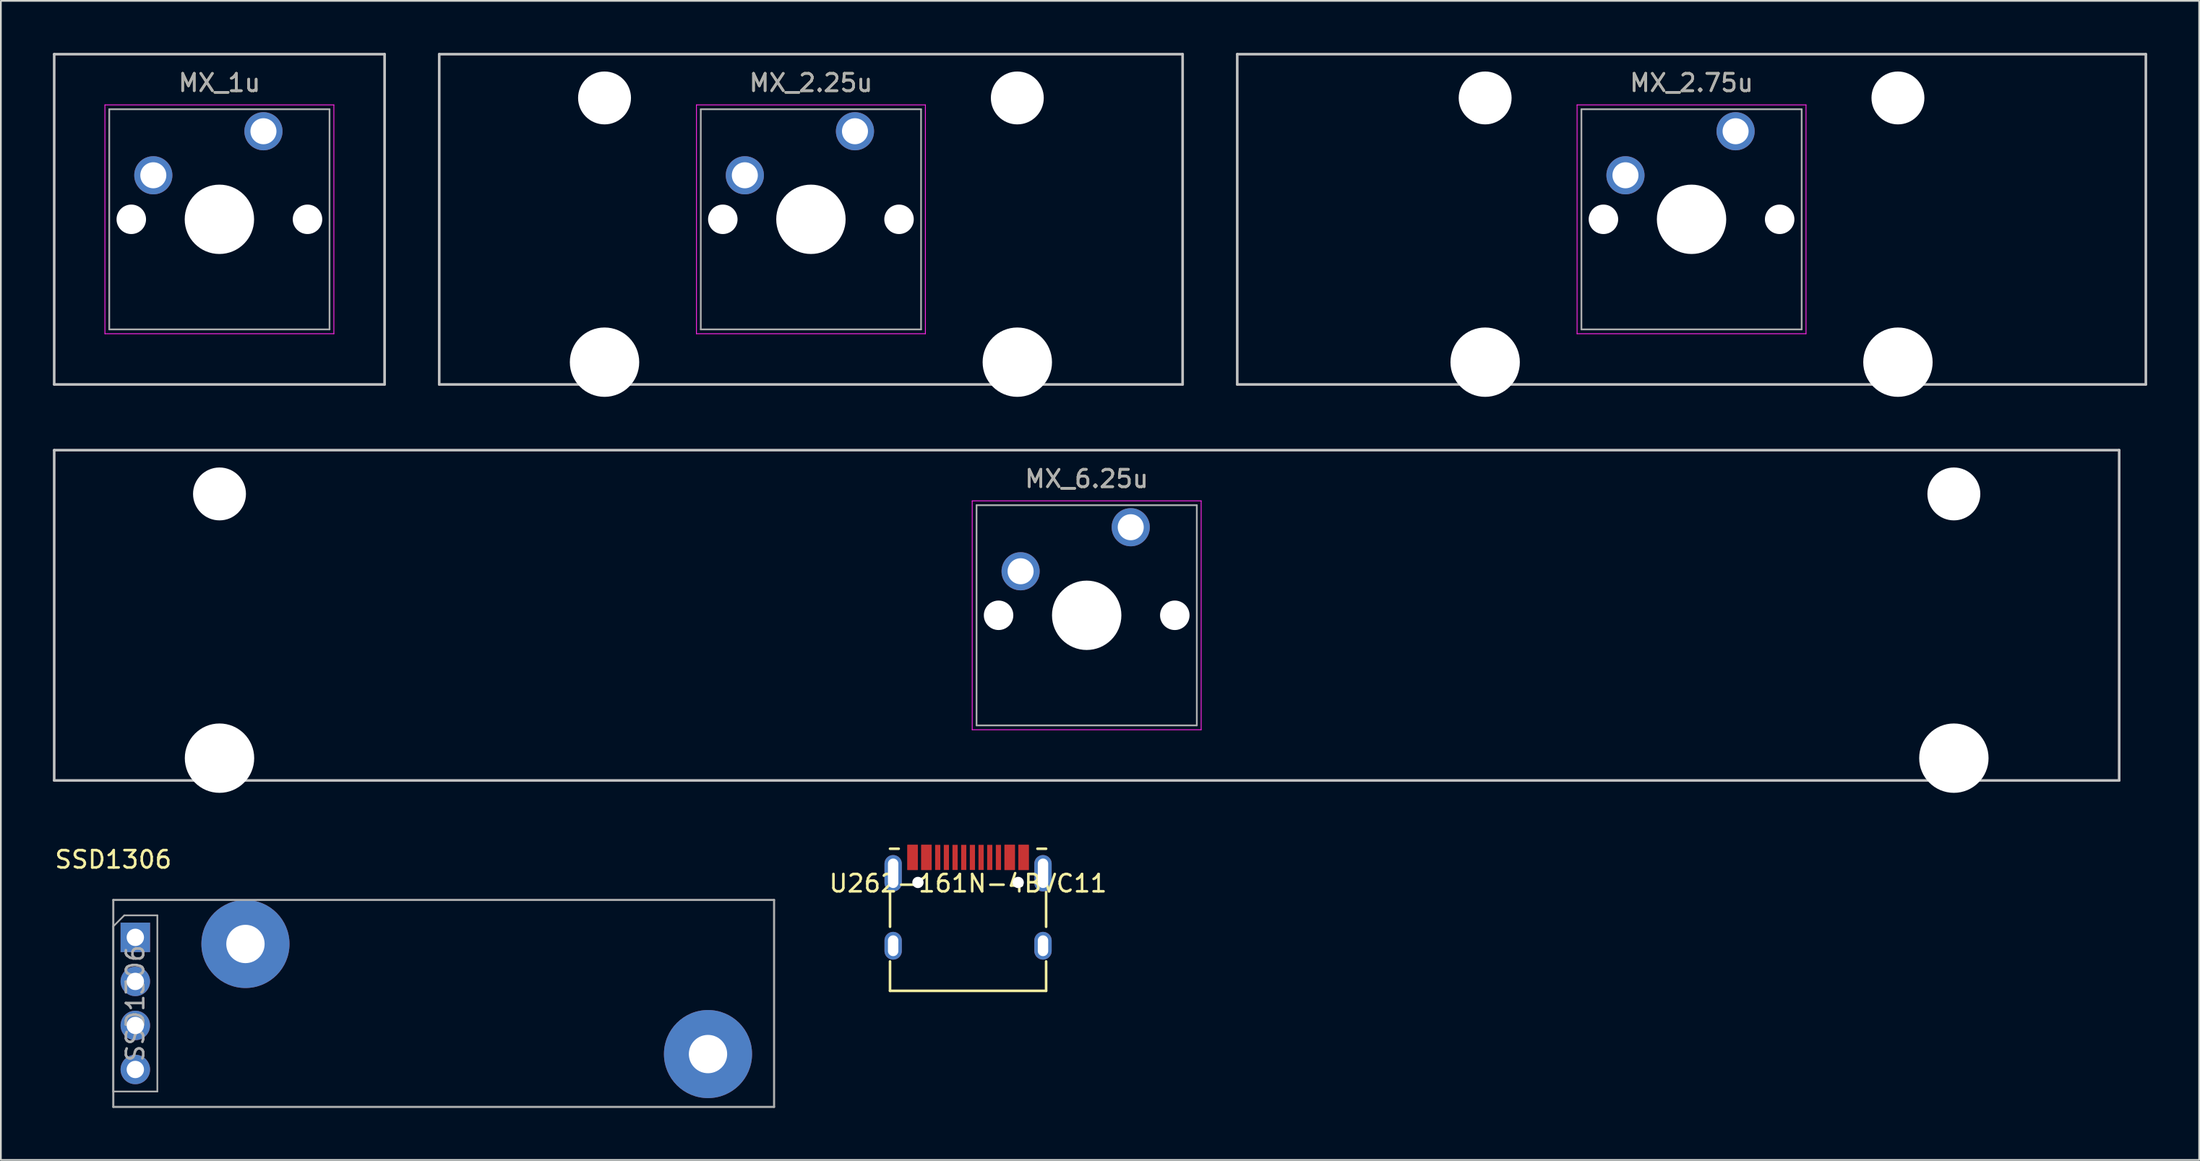
<source format=kicad_pcb>
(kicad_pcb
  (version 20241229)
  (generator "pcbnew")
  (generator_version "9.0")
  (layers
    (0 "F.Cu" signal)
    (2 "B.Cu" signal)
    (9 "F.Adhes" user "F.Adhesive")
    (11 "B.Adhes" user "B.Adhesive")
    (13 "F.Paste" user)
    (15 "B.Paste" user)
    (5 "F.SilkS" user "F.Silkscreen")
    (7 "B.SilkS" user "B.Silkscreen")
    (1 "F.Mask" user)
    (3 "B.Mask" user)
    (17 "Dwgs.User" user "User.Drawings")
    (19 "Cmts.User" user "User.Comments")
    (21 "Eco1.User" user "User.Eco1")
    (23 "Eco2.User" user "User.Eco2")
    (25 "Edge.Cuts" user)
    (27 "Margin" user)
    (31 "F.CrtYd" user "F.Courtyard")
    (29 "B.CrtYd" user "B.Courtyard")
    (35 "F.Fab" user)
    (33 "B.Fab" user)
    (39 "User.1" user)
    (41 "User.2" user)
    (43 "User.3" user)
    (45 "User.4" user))
  (footprint "MX_1u"
    (layer "F.Cu")
    (at 9.6 9.6)
    (property "Reference" "MX_1u" (at 0 -7.874 0) (layer "F.SilkS") (effects (font (size 1 1) (thickness 0.15))))
    (attr through_hole)
    (fp_line (start -9.525 -9.525) (end 9.525 -9.525) (stroke (width 0.15) (type solid)) (layer "Dwgs.User"))
    (fp_line (start -9.525 9.525) (end -9.525 -9.525) (stroke (width 0.15) (type solid)) (layer "Dwgs.User"))
    (fp_line (start 9.525 -9.525) (end 9.525 9.525) (stroke (width 0.15) (type solid)) (layer "Dwgs.User"))
    (fp_line (start 9.525 9.525) (end -9.525 9.525) (stroke (width 0.15) (type solid)) (layer "Dwgs.User"))
    (fp_line (start -6.6 -6.6) (end 6.6 -6.6) (stroke (width 0.05) (type solid)) (layer "F.CrtYd"))
    (fp_line (start -6.6 6.6) (end -6.6 -6.6) (stroke (width 0.05) (type solid)) (layer "F.CrtYd"))
    (fp_line (start 6.6 -6.6) (end 6.6 6.6) (stroke (width 0.05) (type solid)) (layer "F.CrtYd"))
    (fp_line (start 6.6 6.6) (end -6.6 6.6) (stroke (width 0.05) (type solid)) (layer "F.CrtYd"))
    (fp_line (start -6.35 -6.35) (end 6.35 -6.35) (stroke (width 0.1) (type solid)) (layer "F.Fab"))
    (fp_line (start -6.35 6.35) (end -6.35 -6.35) (stroke (width 0.1) (type solid)) (layer "F.Fab"))
    (fp_line (start 6.35 -6.35) (end 6.35 6.35) (stroke (width 0.1) (type solid)) (layer "F.Fab"))
    (fp_line (start 6.35 6.35) (end -6.35 6.35) (stroke (width 0.1) (type solid)) (layer "F.Fab"))
    (fp_text user "${REFERENCE}" (at 0 -7.874 0) (layer "F.Fab") (effects (font (size 1 1) (thickness 0.15))))
    (pad "" np_thru_hole circle (at -5.08 0) (size 1.7 1.7) (drill 1.7) (layers "*.Cu" "*.Mask"))
    (pad "" np_thru_hole circle (at 0 0) (size 4 4) (drill 4) (layers "*.Cu" "*.Mask"))
    (pad "" np_thru_hole circle (at 5.08 0) (size 1.7 1.7) (drill 1.7) (layers "*.Cu" "*.Mask"))
    (pad "1" thru_hole circle (at 2.54 -5.08) (size 2.2 2.2) (drill 1.5) (layers "*.Cu" "*.Mask"))
    (pad "2" thru_hole circle (at -3.81 -2.54) (size 2.2 2.2) (drill 1.5) (layers "*.Cu" "*.Mask")))
  (footprint "MX_6.25u"
    (layer "F.Cu")
    (at 59.606 32.44)
    (property "Reference" "MX_6.25u" (at 0 -7.874 0) (layer "F.SilkS") (effects (font (size 1 1) (thickness 0.15))))
    (attr through_hole)
    (fp_line (start -59.531 -9.525) (end 59.531 -9.525) (stroke (width 0.15) (type solid)) (layer "Dwgs.User"))
    (fp_line (start -59.531 9.525) (end -59.531 -9.525) (stroke (width 0.15) (type solid)) (layer "Dwgs.User"))
    (fp_line (start 59.531 -9.525) (end 59.531 9.525) (stroke (width 0.15) (type solid)) (layer "Dwgs.User"))
    (fp_line (start 59.531 9.525) (end -59.531 9.525) (stroke (width 0.15) (type solid)) (layer "Dwgs.User"))
    (fp_line (start -6.6 -6.6) (end 6.6 -6.6) (stroke (width 0.05) (type solid)) (layer "F.CrtYd"))
    (fp_line (start -6.6 6.6) (end -6.6 -6.6) (stroke (width 0.05) (type solid)) (layer "F.CrtYd"))
    (fp_line (start 6.6 -6.6) (end 6.6 6.6) (stroke (width 0.05) (type solid)) (layer "F.CrtYd"))
    (fp_line (start 6.6 6.6) (end -6.6 6.6) (stroke (width 0.05) (type solid)) (layer "F.CrtYd"))
    (fp_line (start -6.35 -6.35) (end 6.35 -6.35) (stroke (width 0.1) (type solid)) (layer "F.Fab"))
    (fp_line (start -6.35 6.35) (end -6.35 -6.35) (stroke (width 0.1) (type solid)) (layer "F.Fab"))
    (fp_line (start 6.35 -6.35) (end 6.35 6.35) (stroke (width 0.1) (type solid)) (layer "F.Fab"))
    (fp_line (start 6.35 6.35) (end -6.35 6.35) (stroke (width 0.1) (type solid)) (layer "F.Fab"))
    (fp_text user "${REFERENCE}" (at 0 -7.874 0) (layer "F.Fab") (effects (font (size 1 1) (thickness 0.15))))
    (pad "" np_thru_hole circle (at -50 -7) (size 3.05 3.05) (drill 3.05) (layers "*.Cu" "*.Mask"))
    (pad "" np_thru_hole circle (at -50 8.24) (size 4 4) (drill 4) (layers "*.Cu" "*.Mask"))
    (pad "" np_thru_hole circle (at -5.08 0) (size 1.7 1.7) (drill 1.7) (layers "*.Cu" "*.Mask"))
    (pad "" np_thru_hole circle (at 0 0) (size 4 4) (drill 4) (layers "*.Cu" "*.Mask"))
    (pad "" np_thru_hole circle (at 5.08 0) (size 1.7 1.7) (drill 1.7) (layers "*.Cu" "*.Mask"))
    (pad "" np_thru_hole circle (at 50 -7) (size 3.05 3.05) (drill 3.05) (layers "*.Cu" "*.Mask"))
    (pad "" np_thru_hole circle (at 50 8.24) (size 4 4) (drill 4) (layers "*.Cu" "*.Mask"))
    (pad "1" thru_hole circle (at 2.54 -5.08) (size 2.2 2.2) (drill 1.5) (layers "*.Cu" "*.Mask"))
    (pad "2" thru_hole circle (at -3.81 -2.54) (size 2.2 2.2) (drill 1.5) (layers "*.Cu" "*.Mask")))
  (footprint "MX_2.75u"
    (layer "F.Cu")
    (at 94.481 9.6)
    (property "Reference" "MX_2.75u" (at 0 -7.874 0) (layer "F.SilkS") (effects (font (size 1 1) (thickness 0.15))))
    (attr through_hole)
    (fp_line (start -26.194 -9.525) (end 26.194 -9.525) (stroke (width 0.15) (type solid)) (layer "Dwgs.User"))
    (fp_line (start -26.194 9.525) (end -26.194 -9.525) (stroke (width 0.15) (type solid)) (layer "Dwgs.User"))
    (fp_line (start 26.194 -9.525) (end 26.194 9.525) (stroke (width 0.15) (type solid)) (layer "Dwgs.User"))
    (fp_line (start 26.194 9.525) (end -26.194 9.525) (stroke (width 0.15) (type solid)) (layer "Dwgs.User"))
    (fp_line (start -6.6 -6.6) (end 6.6 -6.6) (stroke (width 0.05) (type solid)) (layer "F.CrtYd"))
    (fp_line (start -6.6 6.6) (end -6.6 -6.6) (stroke (width 0.05) (type solid)) (layer "F.CrtYd"))
    (fp_line (start 6.6 -6.6) (end 6.6 6.6) (stroke (width 0.05) (type solid)) (layer "F.CrtYd"))
    (fp_line (start 6.6 6.6) (end -6.6 6.6) (stroke (width 0.05) (type solid)) (layer "F.CrtYd"))
    (fp_line (start -6.35 -6.35) (end 6.35 -6.35) (stroke (width 0.1) (type solid)) (layer "F.Fab"))
    (fp_line (start -6.35 6.35) (end -6.35 -6.35) (stroke (width 0.1) (type solid)) (layer "F.Fab"))
    (fp_line (start 6.35 -6.35) (end 6.35 6.35) (stroke (width 0.1) (type solid)) (layer "F.Fab"))
    (fp_line (start 6.35 6.35) (end -6.35 6.35) (stroke (width 0.1) (type solid)) (layer "F.Fab"))
    (fp_text user "${REFERENCE}" (at 0 -7.874 0) (layer "F.Fab") (effects (font (size 1 1) (thickness 0.15))))
    (pad "" np_thru_hole circle (at -11.9 -7) (size 3.05 3.05) (drill 3.05) (layers "*.Cu" "*.Mask"))
    (pad "" np_thru_hole circle (at -11.9 8.24) (size 4 4) (drill 4) (layers "*.Cu" "*.Mask"))
    (pad "" np_thru_hole circle (at -5.08 0) (size 1.7 1.7) (drill 1.7) (layers "*.Cu" "*.Mask"))
    (pad "" np_thru_hole circle (at 0 0) (size 4 4) (drill 4) (layers "*.Cu" "*.Mask"))
    (pad "" np_thru_hole circle (at 5.08 0) (size 1.7 1.7) (drill 1.7) (layers "*.Cu" "*.Mask"))
    (pad "" np_thru_hole circle (at 11.9 -7) (size 3.05 3.05) (drill 3.05) (layers "*.Cu" "*.Mask"))
    (pad "" np_thru_hole circle (at 11.9 8.24) (size 4 4) (drill 4) (layers "*.Cu" "*.Mask"))
    (pad "1" thru_hole circle (at 2.54 -5.08) (size 2.2 2.2) (drill 1.5) (layers "*.Cu" "*.Mask"))
    (pad "2" thru_hole circle (at -3.81 -2.54) (size 2.2 2.2) (drill 1.5) (layers "*.Cu" "*.Mask")))
  (footprint "MX_2.25u"
    (layer "F.Cu")
    (at 43.706 9.6)
    (property "Reference" "MX_2.25u" (at 0 -7.874 0) (layer "F.SilkS") (effects (font (size 1 1) (thickness 0.15))))
    (attr through_hole)
    (fp_line (start -21.431 -9.525) (end 21.431 -9.525) (stroke (width 0.15) (type solid)) (layer "Dwgs.User"))
    (fp_line (start -21.431 9.525) (end -21.431 -9.525) (stroke (width 0.15) (type solid)) (layer "Dwgs.User"))
    (fp_line (start 21.431 -9.525) (end 21.431 9.525) (stroke (width 0.15) (type solid)) (layer "Dwgs.User"))
    (fp_line (start 21.431 9.525) (end -21.431 9.525) (stroke (width 0.15) (type solid)) (layer "Dwgs.User"))
    (fp_line (start -6.6 -6.6) (end 6.6 -6.6) (stroke (width 0.05) (type solid)) (layer "F.CrtYd"))
    (fp_line (start -6.6 6.6) (end -6.6 -6.6) (stroke (width 0.05) (type solid)) (layer "F.CrtYd"))
    (fp_line (start 6.6 -6.6) (end 6.6 6.6) (stroke (width 0.05) (type solid)) (layer "F.CrtYd"))
    (fp_line (start 6.6 6.6) (end -6.6 6.6) (stroke (width 0.05) (type solid)) (layer "F.CrtYd"))
    (fp_line (start -6.35 -6.35) (end 6.35 -6.35) (stroke (width 0.1) (type solid)) (layer "F.Fab"))
    (fp_line (start -6.35 6.35) (end -6.35 -6.35) (stroke (width 0.1) (type solid)) (layer "F.Fab"))
    (fp_line (start 6.35 -6.35) (end 6.35 6.35) (stroke (width 0.1) (type solid)) (layer "F.Fab"))
    (fp_line (start 6.35 6.35) (end -6.35 6.35) (stroke (width 0.1) (type solid)) (layer "F.Fab"))
    (fp_text user "${REFERENCE}" (at 0 -7.874 0) (layer "F.Fab") (effects (font (size 1 1) (thickness 0.15))))
    (pad "" np_thru_hole circle (at -11.9 -7) (size 3.05 3.05) (drill 3.05) (layers "*.Cu" "*.Mask"))
    (pad "" np_thru_hole circle (at -11.9 8.24) (size 4 4) (drill 4) (layers "*.Cu" "*.Mask"))
    (pad "" np_thru_hole circle (at -5.08 0) (size 1.7 1.7) (drill 1.7) (layers "*.Cu" "*.Mask"))
    (pad "" np_thru_hole circle (at 0 0) (size 4 4) (drill 4) (layers "*.Cu" "*.Mask"))
    (pad "" np_thru_hole circle (at 5.08 0) (size 1.7 1.7) (drill 1.7) (layers "*.Cu" "*.Mask"))
    (pad "" np_thru_hole circle (at 11.9 -7) (size 3.05 3.05) (drill 3.05) (layers "*.Cu" "*.Mask"))
    (pad "" np_thru_hole circle (at 11.9 8.24) (size 4 4) (drill 4) (layers "*.Cu" "*.Mask"))
    (pad "1" thru_hole circle (at 2.54 -5.08) (size 2.2 2.2) (drill 1.5) (layers "*.Cu" "*.Mask"))
    (pad "2" thru_hole circle (at -3.81 -2.54) (size 2.2 2.2) (drill 1.5) (layers "*.Cu" "*.Mask")))
  (footprint "SSD1306"
    (layer "F.Cu")
    (at 3.482 48.858)
    (property "Reference" "SSD1306" (at 0 -2.33 0) (layer "F.SilkS") (effects (font (size 1 1) (thickness 0.15))))
    (attr through_hole)
    (fp_line (start 0 0) (end 0 11.938) (stroke (width 0.12) (type solid)) (layer "F.Fab"))
    (fp_line (start 0 0) (end 38.1 0) (stroke (width 0.12) (type solid)) (layer "F.Fab"))
    (fp_line (start 0 1.524) (end 0.635 0.889) (stroke (width 0.1) (type solid)) (layer "F.Fab"))
    (fp_line (start 0 11.049) (end 0 1.524) (stroke (width 0.1) (type solid)) (layer "F.Fab"))
    (fp_line (start 0 11.938) (end 38.1 11.938) (stroke (width 0.12) (type solid)) (layer "F.Fab"))
    (fp_line (start 0.635 0.889) (end 2.54 0.889) (stroke (width 0.1) (type solid)) (layer "F.Fab"))
    (fp_line (start 2.54 0.889) (end 2.54 11.049) (stroke (width 0.1) (type solid)) (layer "F.Fab"))
    (fp_line (start 2.54 11.049) (end 0 11.049) (stroke (width 0.1) (type solid)) (layer "F.Fab"))
    (fp_line (start 38.1 0) (end 38.1 11.938) (stroke (width 0.12) (type solid)) (layer "F.Fab"))
    (fp_text user "${REFERENCE}" (at 1.27 5.969 90) (layer "F.Fab") (effects (font (size 1 1) (thickness 0.15))))
    (pad "1" thru_hole rect (at 1.27 2.159) (size 1.7 1.7) (drill 1) (layers "*.Cu" "*.Mask"))
    (pad "2" thru_hole oval (at 1.27 4.699) (size 1.7 1.7) (drill 1) (layers "*.Cu" "*.Mask"))
    (pad "3" thru_hole oval (at 1.27 7.239) (size 1.7 1.7) (drill 1) (layers "*.Cu" "*.Mask"))
    (pad "4" thru_hole oval (at 1.27 9.779) (size 1.7 1.7) (drill 1) (layers "*.Cu" "*.Mask"))
    (pad "5" thru_hole circle (at 7.62 2.54) (size 5.08 5.08) (drill 2.21) (layers "*.Cu" "*.Mask"))
    (pad "5" thru_hole circle (at 34.29 8.89) (size 5.08 5.08) (drill 2.21) (layers "*.Cu" "*.Mask")))
  (footprint "U262-161N-4BVC11"
    (layer "F.Cu")
    (at 52.767 46.405)
    (property "Reference" "U262-161N-4BVC11" (at 0 1.5 0) (layer "F.SilkS") (effects (font (size 1 1) (thickness 0.15))))
    (attr through_hole)
    (fp_line (start -4.5 -0.5) (end -4 -0.5) (stroke (width 0.15) (type solid)) (layer "F.SilkS"))
    (fp_line (start -4.5 2) (end -4.5 4) (stroke (width 0.15) (type solid)) (layer "F.SilkS"))
    (fp_line (start -4.5 7.695) (end -4.5 6) (stroke (width 0.15) (type solid)) (layer "F.SilkS"))
    (fp_line (start 4 -0.5) (end 4.5 -0.5) (stroke (width 0.15) (type solid)) (layer "F.SilkS"))
    (fp_line (start 4.5 4) (end 4.5 2) (stroke (width 0.15) (type solid)) (layer "F.SilkS"))
    (fp_line (start 4.5 6) (end 4.5 7.695) (stroke (width 0.15) (type solid)) (layer "F.SilkS"))
    (fp_line (start 4.5 7.695) (end -4.5 7.695) (stroke (width 0.15) (type solid)) (layer "F.SilkS"))
    (pad "" np_thru_hole circle (at -2.89 1.445) (size 0.65 0.65) (drill 0.65) (layers "*.Cu" "*.Mask"))
    (pad "" np_thru_hole circle (at 2.89 1.445) (size 0.65 0.65) (drill 0.65) (layers "*.Cu" "*.Mask"))
    (pad "A1" smd rect (at -3.2 0) (size 0.6 1.45) (layers "F.Cu" "F.Mask" "F.Paste"))
    (pad "A4" smd rect (at -2.4 0) (size 0.6 1.45) (layers "F.Cu" "F.Mask" "F.Paste"))
    (pad "A5" smd rect (at -1.25 0) (size 0.3 1.45) (layers "F.Cu" "F.Mask" "F.Paste"))
    (pad "A6" smd rect (at -0.25 0) (size 0.3 1.45) (layers "F.Cu" "F.Mask" "F.Paste"))
    (pad "A7" smd rect (at 0.25 0) (size 0.3 1.45) (layers "F.Cu" "F.Mask" "F.Paste"))
    (pad "A8" smd rect (at 1.25 0) (size 0.3 1.45) (layers "F.Cu" "F.Mask" "F.Paste"))
    (pad "A9" smd rect (at -2.4 0) (size 0.6 1.45) (layers "F.Cu" "F.Mask" "F.Paste"))
    (pad "A12" smd rect (at -3.2 0) (size 0.6 1.45) (layers "F.Cu" "F.Mask" "F.Paste"))
    (pad "B1" smd rect (at 3.2 0) (size 0.6 1.45) (layers "F.Cu" "F.Mask" "F.Paste"))
    (pad "B4" smd rect (at 2.4 0) (size 0.6 1.45) (layers "F.Cu" "F.Mask" "F.Paste"))
    (pad "B5" smd rect (at 1.75 0) (size 0.3 1.45) (layers "F.Cu" "F.Mask" "F.Paste"))
    (pad "B6" smd rect (at 0.75 0) (size 0.3 1.45) (layers "F.Cu" "F.Mask" "F.Paste"))
    (pad "B7" smd rect (at -0.75 0) (size 0.3 1.45) (layers "F.Cu" "F.Mask" "F.Paste"))
    (pad "B8" smd rect (at -1.75 0) (size 0.3 1.45) (layers "F.Cu" "F.Mask" "F.Paste"))
    (pad "B9" smd rect (at 2.4 0) (size 0.6 1.45) (layers "F.Cu" "F.Mask" "F.Paste"))
    (pad "B12" smd rect (at 3.2 0) (size 0.6 1.45) (layers "F.Cu" "F.Mask" "F.Paste"))
    (pad "S1" thru_hole oval (at -4.32 0.915) (size 1 2.1) (drill oval 0.6 1.7) (layers "*.Cu" "*.Mask"))
    (pad "S1" thru_hole oval (at -4.32 5.095) (size 1 1.6) (drill oval 0.6 1.2) (layers "*.Cu" "*.Mask"))
    (pad "S1" thru_hole oval (at 4.32 0.915) (size 1 2.1) (drill oval 0.6 1.7) (layers "*.Cu" "*.Mask"))
    (pad "S1" thru_hole oval (at 4.32 5.095) (size 1 1.6) (drill oval 0.6 1.2) (layers "*.Cu" "*.Mask")))
  (gr_rect
    (start -3 -3)
    (end 123.75 63.856)
    (stroke (width 0.1) (type default))
    (fill no)
    (layer "Edge.Cuts")))
</source>
